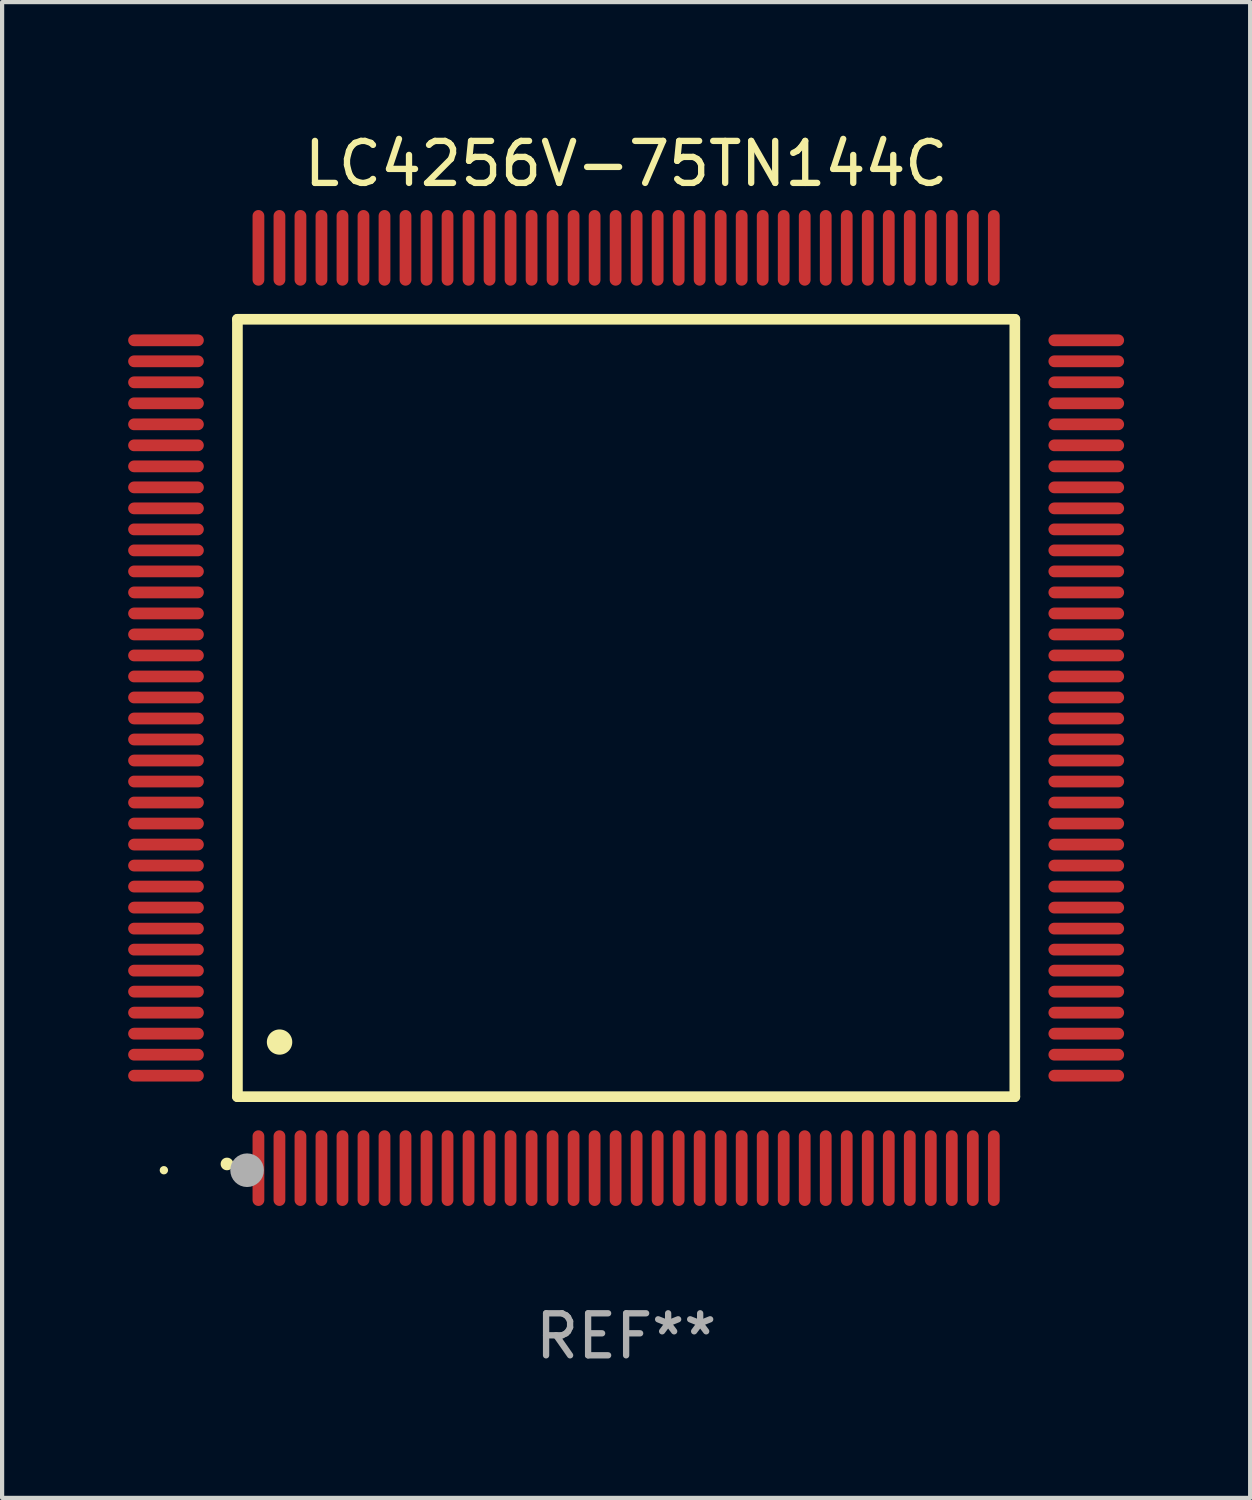
<source format=kicad_pcb>
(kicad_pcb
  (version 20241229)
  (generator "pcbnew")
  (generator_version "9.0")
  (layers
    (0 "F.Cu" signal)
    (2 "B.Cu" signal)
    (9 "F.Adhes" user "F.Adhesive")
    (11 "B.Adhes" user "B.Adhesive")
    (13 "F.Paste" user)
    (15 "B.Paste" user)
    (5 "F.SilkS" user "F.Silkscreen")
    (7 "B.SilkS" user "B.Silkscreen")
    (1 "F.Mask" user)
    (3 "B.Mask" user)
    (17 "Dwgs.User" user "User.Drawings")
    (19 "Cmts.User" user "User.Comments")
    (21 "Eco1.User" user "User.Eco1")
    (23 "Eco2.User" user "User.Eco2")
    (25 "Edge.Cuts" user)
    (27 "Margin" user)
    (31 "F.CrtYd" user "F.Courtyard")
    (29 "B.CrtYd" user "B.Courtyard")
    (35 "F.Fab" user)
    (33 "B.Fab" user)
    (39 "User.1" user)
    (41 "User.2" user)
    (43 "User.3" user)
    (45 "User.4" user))
  (footprint "LC4256V-75TN144C"
    (layer "F.Cu")
    (at 11.85 13.798)
    (property "Reference" "LC4256V-75TN144C" (at 0 -12.95 0) (layer "F.SilkS") (effects (font (size 1 1) (thickness 0.15))))
    (attr through_hole)
    (fp_line (start -9.25 -9.25) (end -9.25 9.25) (stroke (width 0.254) (type solid)) (layer "F.SilkS"))
    (fp_line (start -9.25 9.25) (end 9.25 9.25) (stroke (width 0.254) (type solid)) (layer "F.SilkS"))
    (fp_line (start 9.25 -9.25) (end -9.25 -9.25) (stroke (width 0.254) (type solid)) (layer "F.SilkS"))
    (fp_line (start 9.25 9.25) (end 9.25 -9.25) (stroke (width 0.254) (type solid)) (layer "F.SilkS"))
    (fp_arc (start -9.499619 10.850902) (mid -9.498349 10.850897) (end -9.497079 10.850902) (stroke (width 0.3) (type solid)) (layer "F.SilkS"))
    (fp_arc (start -8.249936 7.950216) (mid -8.247396 7.950205) (end -8.244856 7.950216) (stroke (width 0.6) (type solid)) (layer "F.SilkS"))
    (fp_circle (center -11 11) (end -10.95 11) (stroke (width 0.1) (type solid)) (fill no) (layer "F.SilkS"))
    (fp_circle (center -9.02 11) (end -8.82 11) (stroke (width 0.4) (type solid)) (fill no) (layer "F.Fab"))
    (fp_text user "REF**" (at 0 14.95 0) (layer "F.Fab") (effects (font (size 1 1) (thickness 0.15))))
    (pad "1" smd oval (at -8.75 10.95) (size 0.28 1.8) (layers "F.Cu" "F.Mask" "F.Paste"))
    (pad "2" smd oval (at -8.25 10.95) (size 0.28 1.8) (layers "F.Cu" "F.Mask" "F.Paste"))
    (pad "3" smd oval (at -7.75 10.95) (size 0.28 1.8) (layers "F.Cu" "F.Mask" "F.Paste"))
    (pad "4" smd oval (at -7.25 10.95) (size 0.28 1.8) (layers "F.Cu" "F.Mask" "F.Paste"))
    (pad "5" smd oval (at -6.75 10.95) (size 0.28 1.8) (layers "F.Cu" "F.Mask" "F.Paste"))
    (pad "6" smd oval (at -6.25 10.95) (size 0.28 1.8) (layers "F.Cu" "F.Mask" "F.Paste"))
    (pad "7" smd oval (at -5.75 10.95) (size 0.28 1.8) (layers "F.Cu" "F.Mask" "F.Paste"))
    (pad "8" smd oval (at -5.25 10.95) (size 0.28 1.8) (layers "F.Cu" "F.Mask" "F.Paste"))
    (pad "9" smd oval (at -4.75 10.95) (size 0.28 1.8) (layers "F.Cu" "F.Mask" "F.Paste"))
    (pad "10" smd oval (at -4.25 10.95) (size 0.28 1.8) (layers "F.Cu" "F.Mask" "F.Paste"))
    (pad "11" smd oval (at -3.75 10.95) (size 0.28 1.8) (layers "F.Cu" "F.Mask" "F.Paste"))
    (pad "12" smd oval (at -3.25 10.95) (size 0.28 1.8) (layers "F.Cu" "F.Mask" "F.Paste"))
    (pad "13" smd oval (at -2.75 10.95) (size 0.28 1.8) (layers "F.Cu" "F.Mask" "F.Paste"))
    (pad "14" smd oval (at -2.25 10.95) (size 0.28 1.8) (layers "F.Cu" "F.Mask" "F.Paste"))
    (pad "15" smd oval (at -1.75 10.95) (size 0.28 1.8) (layers "F.Cu" "F.Mask" "F.Paste"))
    (pad "16" smd oval (at -1.25 10.95) (size 0.28 1.8) (layers "F.Cu" "F.Mask" "F.Paste"))
    (pad "17" smd oval (at -0.75 10.95) (size 0.28 1.8) (layers "F.Cu" "F.Mask" "F.Paste"))
    (pad "18" smd oval (at -0.25 10.95) (size 0.28 1.8) (layers "F.Cu" "F.Mask" "F.Paste"))
    (pad "19" smd oval (at 0.25 10.95) (size 0.28 1.8) (layers "F.Cu" "F.Mask" "F.Paste"))
    (pad "20" smd oval (at 0.75 10.95) (size 0.28 1.8) (layers "F.Cu" "F.Mask" "F.Paste"))
    (pad "21" smd oval (at 1.25 10.95) (size 0.28 1.8) (layers "F.Cu" "F.Mask" "F.Paste"))
    (pad "22" smd oval (at 1.75 10.95) (size 0.28 1.8) (layers "F.Cu" "F.Mask" "F.Paste"))
    (pad "23" smd oval (at 2.25 10.95) (size 0.28 1.8) (layers "F.Cu" "F.Mask" "F.Paste"))
    (pad "24" smd oval (at 2.75 10.95) (size 0.28 1.8) (layers "F.Cu" "F.Mask" "F.Paste"))
    (pad "25" smd oval (at 3.25 10.95) (size 0.28 1.8) (layers "F.Cu" "F.Mask" "F.Paste"))
    (pad "26" smd oval (at 3.75 10.95) (size 0.28 1.8) (layers "F.Cu" "F.Mask" "F.Paste"))
    (pad "27" smd oval (at 4.25 10.95) (size 0.28 1.8) (layers "F.Cu" "F.Mask" "F.Paste"))
    (pad "28" smd oval (at 4.75 10.95) (size 0.28 1.8) (layers "F.Cu" "F.Mask" "F.Paste"))
    (pad "29" smd oval (at 5.25 10.95) (size 0.28 1.8) (layers "F.Cu" "F.Mask" "F.Paste"))
    (pad "30" smd oval (at 5.75 10.95) (size 0.28 1.8) (layers "F.Cu" "F.Mask" "F.Paste"))
    (pad "31" smd oval (at 6.25 10.95) (size 0.28 1.8) (layers "F.Cu" "F.Mask" "F.Paste"))
    (pad "32" smd oval (at 6.75 10.95) (size 0.28 1.8) (layers "F.Cu" "F.Mask" "F.Paste"))
    (pad "33" smd oval (at 7.25 10.95) (size 0.28 1.8) (layers "F.Cu" "F.Mask" "F.Paste"))
    (pad "34" smd oval (at 7.75 10.95) (size 0.28 1.8) (layers "F.Cu" "F.Mask" "F.Paste"))
    (pad "35" smd oval (at 8.25 10.95) (size 0.28 1.8) (layers "F.Cu" "F.Mask" "F.Paste"))
    (pad "36" smd oval (at 8.75 10.95) (size 0.28 1.8) (layers "F.Cu" "F.Mask" "F.Paste"))
    (pad "37" smd oval (at 10.95 8.75) (size 1.8 0.28) (layers "F.Cu" "F.Mask" "F.Paste"))
    (pad "38" smd oval (at 10.95 8.25) (size 1.8 0.28) (layers "F.Cu" "F.Mask" "F.Paste"))
    (pad "39" smd oval (at 10.95 7.75) (size 1.8 0.28) (layers "F.Cu" "F.Mask" "F.Paste"))
    (pad "40" smd oval (at 10.95 7.25) (size 1.8 0.28) (layers "F.Cu" "F.Mask" "F.Paste"))
    (pad "41" smd oval (at 10.95 6.75) (size 1.8 0.28) (layers "F.Cu" "F.Mask" "F.Paste"))
    (pad "42" smd oval (at 10.95 6.25) (size 1.8 0.28) (layers "F.Cu" "F.Mask" "F.Paste"))
    (pad "43" smd oval (at 10.95 5.75) (size 1.8 0.28) (layers "F.Cu" "F.Mask" "F.Paste"))
    (pad "44" smd oval (at 10.95 5.25) (size 1.8 0.28) (layers "F.Cu" "F.Mask" "F.Paste"))
    (pad "45" smd oval (at 10.95 4.75) (size 1.8 0.28) (layers "F.Cu" "F.Mask" "F.Paste"))
    (pad "46" smd oval (at 10.95 4.25) (size 1.8 0.28) (layers "F.Cu" "F.Mask" "F.Paste"))
    (pad "47" smd oval (at 10.95 3.75) (size 1.8 0.28) (layers "F.Cu" "F.Mask" "F.Paste"))
    (pad "48" smd oval (at 10.95 3.25) (size 1.8 0.28) (layers "F.Cu" "F.Mask" "F.Paste"))
    (pad "49" smd oval (at 10.95 2.75) (size 1.8 0.28) (layers "F.Cu" "F.Mask" "F.Paste"))
    (pad "50" smd oval (at 10.95 2.25) (size 1.8 0.28) (layers "F.Cu" "F.Mask" "F.Paste"))
    (pad "51" smd oval (at 10.95 1.75) (size 1.8 0.28) (layers "F.Cu" "F.Mask" "F.Paste"))
    (pad "52" smd oval (at 10.95 1.25) (size 1.8 0.28) (layers "F.Cu" "F.Mask" "F.Paste"))
    (pad "53" smd oval (at 10.95 0.75) (size 1.8 0.28) (layers "F.Cu" "F.Mask" "F.Paste"))
    (pad "54" smd oval (at 10.95 0.25) (size 1.8 0.28) (layers "F.Cu" "F.Mask" "F.Paste"))
    (pad "55" smd oval (at 10.95 -0.25) (size 1.8 0.28) (layers "F.Cu" "F.Mask" "F.Paste"))
    (pad "56" smd oval (at 10.95 -0.75) (size 1.8 0.28) (layers "F.Cu" "F.Mask" "F.Paste"))
    (pad "57" smd oval (at 10.95 -1.25) (size 1.8 0.28) (layers "F.Cu" "F.Mask" "F.Paste"))
    (pad "58" smd oval (at 10.95 -1.75) (size 1.8 0.28) (layers "F.Cu" "F.Mask" "F.Paste"))
    (pad "59" smd oval (at 10.95 -2.25) (size 1.8 0.28) (layers "F.Cu" "F.Mask" "F.Paste"))
    (pad "60" smd oval (at 10.95 -2.75) (size 1.8 0.28) (layers "F.Cu" "F.Mask" "F.Paste"))
    (pad "61" smd oval (at 10.95 -3.25) (size 1.8 0.28) (layers "F.Cu" "F.Mask" "F.Paste"))
    (pad "62" smd oval (at 10.95 -3.75) (size 1.8 0.28) (layers "F.Cu" "F.Mask" "F.Paste"))
    (pad "63" smd oval (at 10.95 -4.25) (size 1.8 0.28) (layers "F.Cu" "F.Mask" "F.Paste"))
    (pad "64" smd oval (at 10.95 -4.75) (size 1.8 0.28) (layers "F.Cu" "F.Mask" "F.Paste"))
    (pad "65" smd oval (at 10.95 -5.25) (size 1.8 0.28) (layers "F.Cu" "F.Mask" "F.Paste"))
    (pad "66" smd oval (at 10.95 -5.75) (size 1.8 0.28) (layers "F.Cu" "F.Mask" "F.Paste"))
    (pad "67" smd oval (at 10.95 -6.25) (size 1.8 0.28) (layers "F.Cu" "F.Mask" "F.Paste"))
    (pad "68" smd oval (at 10.95 -6.75) (size 1.8 0.28) (layers "F.Cu" "F.Mask" "F.Paste"))
    (pad "69" smd oval (at 10.95 -7.25) (size 1.8 0.28) (layers "F.Cu" "F.Mask" "F.Paste"))
    (pad "70" smd oval (at 10.95 -7.75) (size 1.8 0.28) (layers "F.Cu" "F.Mask" "F.Paste"))
    (pad "71" smd oval (at 10.95 -8.25) (size 1.8 0.28) (layers "F.Cu" "F.Mask" "F.Paste"))
    (pad "72" smd oval (at 10.95 -8.75) (size 1.8 0.28) (layers "F.Cu" "F.Mask" "F.Paste"))
    (pad "73" smd oval (at 8.75 -10.95) (size 0.28 1.8) (layers "F.Cu" "F.Mask" "F.Paste"))
    (pad "74" smd oval (at 8.25 -10.95) (size 0.28 1.8) (layers "F.Cu" "F.Mask" "F.Paste"))
    (pad "75" smd oval (at 7.75 -10.95) (size 0.28 1.8) (layers "F.Cu" "F.Mask" "F.Paste"))
    (pad "76" smd oval (at 7.25 -10.95) (size 0.28 1.8) (layers "F.Cu" "F.Mask" "F.Paste"))
    (pad "77" smd oval (at 6.75 -10.95) (size 0.28 1.8) (layers "F.Cu" "F.Mask" "F.Paste"))
    (pad "78" smd oval (at 6.25 -10.95) (size 0.28 1.8) (layers "F.Cu" "F.Mask" "F.Paste"))
    (pad "79" smd oval (at 5.75 -10.95) (size 0.28 1.8) (layers "F.Cu" "F.Mask" "F.Paste"))
    (pad "80" smd oval (at 5.25 -10.95) (size 0.28 1.8) (layers "F.Cu" "F.Mask" "F.Paste"))
    (pad "81" smd oval (at 4.75 -10.95) (size 0.28 1.8) (layers "F.Cu" "F.Mask" "F.Paste"))
    (pad "82" smd oval (at 4.25 -10.95) (size 0.28 1.8) (layers "F.Cu" "F.Mask" "F.Paste"))
    (pad "83" smd oval (at 3.75 -10.95) (size 0.28 1.8) (layers "F.Cu" "F.Mask" "F.Paste"))
    (pad "84" smd oval (at 3.25 -10.95) (size 0.28 1.8) (layers "F.Cu" "F.Mask" "F.Paste"))
    (pad "85" smd oval (at 2.75 -10.95) (size 0.28 1.8) (layers "F.Cu" "F.Mask" "F.Paste"))
    (pad "86" smd oval (at 2.25 -10.95) (size 0.28 1.8) (layers "F.Cu" "F.Mask" "F.Paste"))
    (pad "87" smd oval (at 1.75 -10.95) (size 0.28 1.8) (layers "F.Cu" "F.Mask" "F.Paste"))
    (pad "88" smd oval (at 1.25 -10.95) (size 0.28 1.8) (layers "F.Cu" "F.Mask" "F.Paste"))
    (pad "89" smd oval (at 0.75 -10.95) (size 0.28 1.8) (layers "F.Cu" "F.Mask" "F.Paste"))
    (pad "90" smd oval (at 0.25 -10.95) (size 0.28 1.8) (layers "F.Cu" "F.Mask" "F.Paste"))
    (pad "91" smd oval (at -0.25 -10.95) (size 0.28 1.8) (layers "F.Cu" "F.Mask" "F.Paste"))
    (pad "92" smd oval (at -0.75 -10.95) (size 0.28 1.8) (layers "F.Cu" "F.Mask" "F.Paste"))
    (pad "93" smd oval (at -1.25 -10.95) (size 0.28 1.8) (layers "F.Cu" "F.Mask" "F.Paste"))
    (pad "94" smd oval (at -1.75 -10.95) (size 0.28 1.8) (layers "F.Cu" "F.Mask" "F.Paste"))
    (pad "95" smd oval (at -2.25 -10.95) (size 0.28 1.8) (layers "F.Cu" "F.Mask" "F.Paste"))
    (pad "96" smd oval (at -2.75 -10.95) (size 0.28 1.8) (layers "F.Cu" "F.Mask" "F.Paste"))
    (pad "97" smd oval (at -3.25 -10.95) (size 0.28 1.8) (layers "F.Cu" "F.Mask" "F.Paste"))
    (pad "98" smd oval (at -3.75 -10.95) (size 0.28 1.8) (layers "F.Cu" "F.Mask" "F.Paste"))
    (pad "99" smd oval (at -4.25 -10.95) (size 0.28 1.8) (layers "F.Cu" "F.Mask" "F.Paste"))
    (pad "100" smd oval (at -4.75 -10.95) (size 0.28 1.8) (layers "F.Cu" "F.Mask" "F.Paste"))
    (pad "101" smd oval (at -5.25 -10.95) (size 0.28 1.8) (layers "F.Cu" "F.Mask" "F.Paste"))
    (pad "102" smd oval (at -5.75 -10.95) (size 0.28 1.8) (layers "F.Cu" "F.Mask" "F.Paste"))
    (pad "103" smd oval (at -6.25 -10.95) (size 0.28 1.8) (layers "F.Cu" "F.Mask" "F.Paste"))
    (pad "104" smd oval (at -6.75 -10.95) (size 0.28 1.8) (layers "F.Cu" "F.Mask" "F.Paste"))
    (pad "105" smd oval (at -7.25 -10.95) (size 0.28 1.8) (layers "F.Cu" "F.Mask" "F.Paste"))
    (pad "106" smd oval (at -7.75 -10.95) (size 0.28 1.8) (layers "F.Cu" "F.Mask" "F.Paste"))
    (pad "107" smd oval (at -8.25 -10.95) (size 0.28 1.8) (layers "F.Cu" "F.Mask" "F.Paste"))
    (pad "108" smd oval (at -8.75 -10.95) (size 0.28 1.8) (layers "F.Cu" "F.Mask" "F.Paste"))
    (pad "109" smd oval (at -10.95 -8.75) (size 1.8 0.28) (layers "F.Cu" "F.Mask" "F.Paste"))
    (pad "110" smd oval (at -10.95 -8.25) (size 1.8 0.28) (layers "F.Cu" "F.Mask" "F.Paste"))
    (pad "111" smd oval (at -10.95 -7.75) (size 1.8 0.28) (layers "F.Cu" "F.Mask" "F.Paste"))
    (pad "112" smd oval (at -10.95 -7.25) (size 1.8 0.28) (layers "F.Cu" "F.Mask" "F.Paste"))
    (pad "113" smd oval (at -10.95 -6.75) (size 1.8 0.28) (layers "F.Cu" "F.Mask" "F.Paste"))
    (pad "114" smd oval (at -10.95 -6.25) (size 1.8 0.28) (layers "F.Cu" "F.Mask" "F.Paste"))
    (pad "115" smd oval (at -10.95 -5.75) (size 1.8 0.28) (layers "F.Cu" "F.Mask" "F.Paste"))
    (pad "116" smd oval (at -10.95 -5.25) (size 1.8 0.28) (layers "F.Cu" "F.Mask" "F.Paste"))
    (pad "117" smd oval (at -10.95 -4.75) (size 1.8 0.28) (layers "F.Cu" "F.Mask" "F.Paste"))
    (pad "118" smd oval (at -10.95 -4.25) (size 1.8 0.28) (layers "F.Cu" "F.Mask" "F.Paste"))
    (pad "119" smd oval (at -10.95 -3.75) (size 1.8 0.28) (layers "F.Cu" "F.Mask" "F.Paste"))
    (pad "120" smd oval (at -10.95 -3.25) (size 1.8 0.28) (layers "F.Cu" "F.Mask" "F.Paste"))
    (pad "121" smd oval (at -10.95 -2.75) (size 1.8 0.28) (layers "F.Cu" "F.Mask" "F.Paste"))
    (pad "122" smd oval (at -10.95 -2.25) (size 1.8 0.28) (layers "F.Cu" "F.Mask" "F.Paste"))
    (pad "123" smd oval (at -10.95 -1.75) (size 1.8 0.28) (layers "F.Cu" "F.Mask" "F.Paste"))
    (pad "124" smd oval (at -10.95 -1.25) (size 1.8 0.28) (layers "F.Cu" "F.Mask" "F.Paste"))
    (pad "125" smd oval (at -10.95 -0.75) (size 1.8 0.28) (layers "F.Cu" "F.Mask" "F.Paste"))
    (pad "126" smd oval (at -10.95 -0.25) (size 1.8 0.28) (layers "F.Cu" "F.Mask" "F.Paste"))
    (pad "127" smd oval (at -10.95 0.25) (size 1.8 0.28) (layers "F.Cu" "F.Mask" "F.Paste"))
    (pad "128" smd oval (at -10.95 0.75) (size 1.8 0.28) (layers "F.Cu" "F.Mask" "F.Paste"))
    (pad "129" smd oval (at -10.95 1.25) (size 1.8 0.28) (layers "F.Cu" "F.Mask" "F.Paste"))
    (pad "130" smd oval (at -10.95 1.75) (size 1.8 0.28) (layers "F.Cu" "F.Mask" "F.Paste"))
    (pad "131" smd oval (at -10.95 2.25) (size 1.8 0.28) (layers "F.Cu" "F.Mask" "F.Paste"))
    (pad "132" smd oval (at -10.95 2.75) (size 1.8 0.28) (layers "F.Cu" "F.Mask" "F.Paste"))
    (pad "133" smd oval (at -10.95 3.25) (size 1.8 0.28) (layers "F.Cu" "F.Mask" "F.Paste"))
    (pad "134" smd oval (at -10.95 3.75) (size 1.8 0.28) (layers "F.Cu" "F.Mask" "F.Paste"))
    (pad "135" smd oval (at -10.95 4.25) (size 1.8 0.28) (layers "F.Cu" "F.Mask" "F.Paste"))
    (pad "136" smd oval (at -10.95 4.75) (size 1.8 0.28) (layers "F.Cu" "F.Mask" "F.Paste"))
    (pad "137" smd oval (at -10.95 5.25) (size 1.8 0.28) (layers "F.Cu" "F.Mask" "F.Paste"))
    (pad "138" smd oval (at -10.95 5.75) (size 1.8 0.28) (layers "F.Cu" "F.Mask" "F.Paste"))
    (pad "139" smd oval (at -10.95 6.25) (size 1.8 0.28) (layers "F.Cu" "F.Mask" "F.Paste"))
    (pad "140" smd oval (at -10.95 6.75) (size 1.8 0.28) (layers "F.Cu" "F.Mask" "F.Paste"))
    (pad "141" smd oval (at -10.95 7.25) (size 1.8 0.28) (layers "F.Cu" "F.Mask" "F.Paste"))
    (pad "142" smd oval (at -10.95 7.75) (size 1.8 0.28) (layers "F.Cu" "F.Mask" "F.Paste"))
    (pad "143" smd oval (at -10.95 8.25) (size 1.8 0.28) (layers "F.Cu" "F.Mask" "F.Paste"))
    (pad "144" smd oval (at -10.95 8.75) (size 1.8 0.28) (layers "F.Cu" "F.Mask" "F.Paste")))
  (gr_rect
    (start -3 -3)
    (end 26.7 32.596)
    (stroke (width 0.1) (type default))
    (fill no)
    (layer "Edge.Cuts")))
</source>
